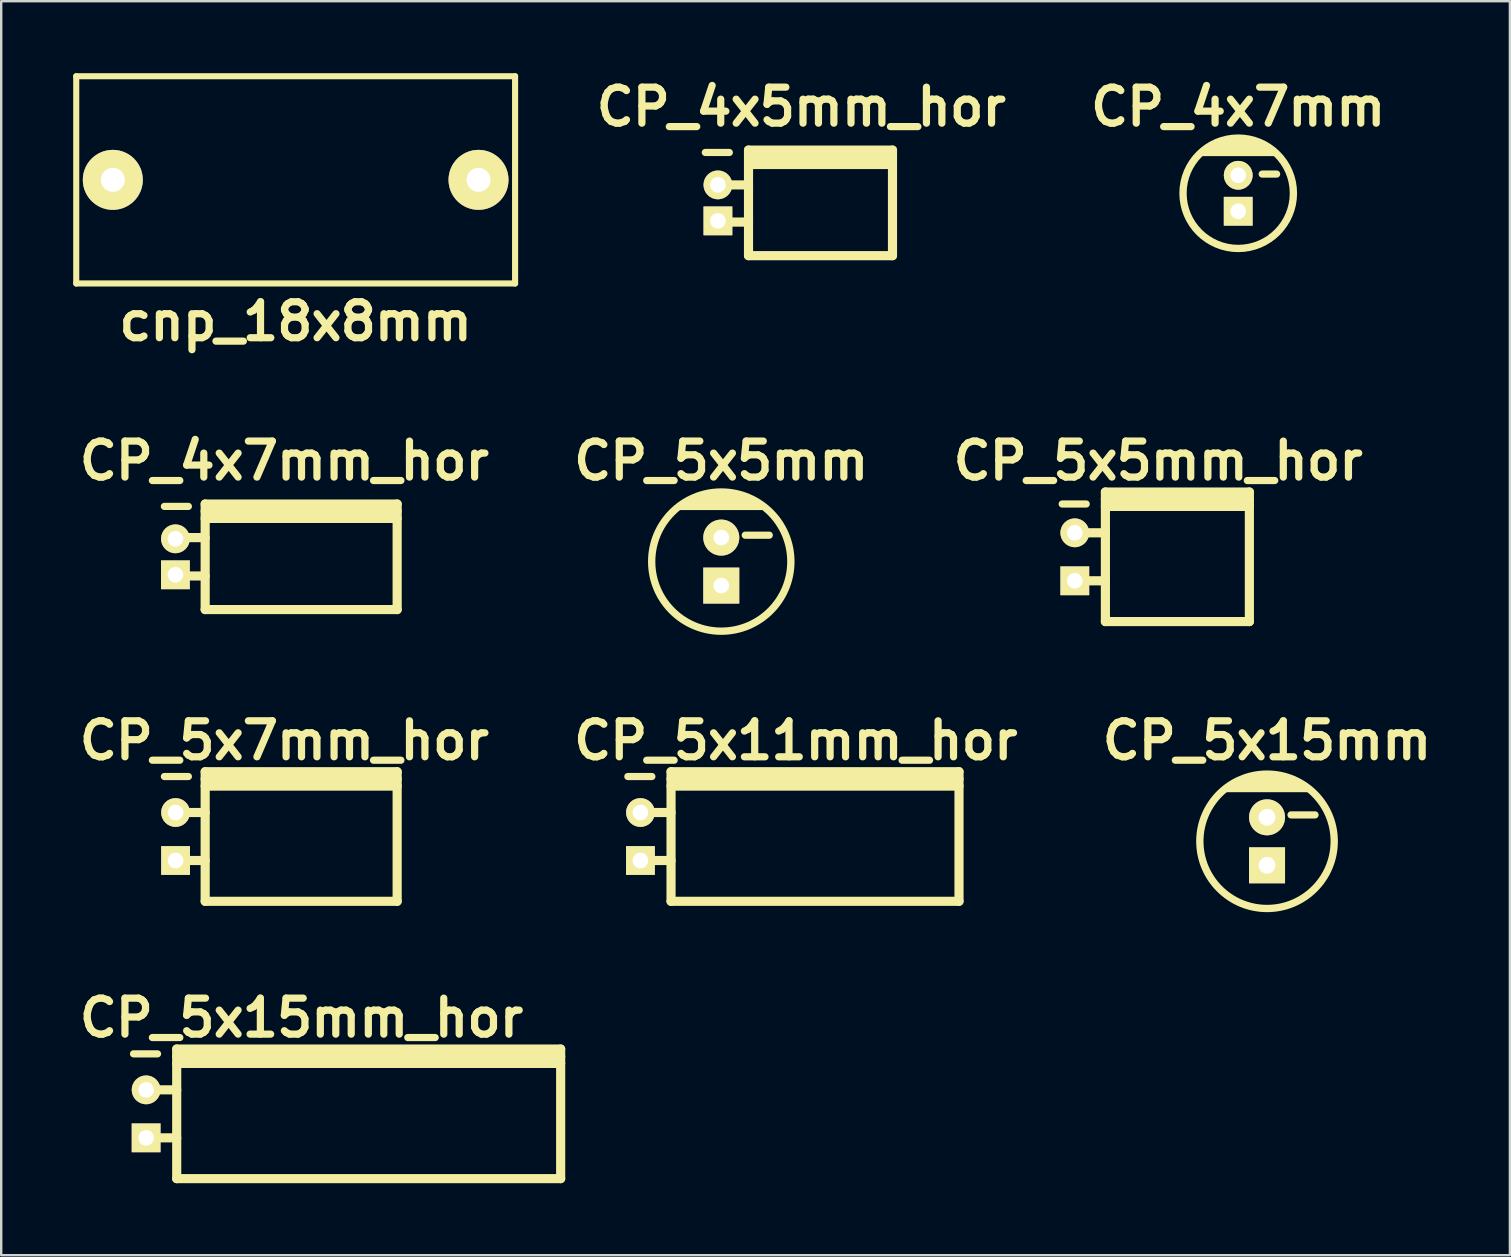
<source format=kicad_pcb>
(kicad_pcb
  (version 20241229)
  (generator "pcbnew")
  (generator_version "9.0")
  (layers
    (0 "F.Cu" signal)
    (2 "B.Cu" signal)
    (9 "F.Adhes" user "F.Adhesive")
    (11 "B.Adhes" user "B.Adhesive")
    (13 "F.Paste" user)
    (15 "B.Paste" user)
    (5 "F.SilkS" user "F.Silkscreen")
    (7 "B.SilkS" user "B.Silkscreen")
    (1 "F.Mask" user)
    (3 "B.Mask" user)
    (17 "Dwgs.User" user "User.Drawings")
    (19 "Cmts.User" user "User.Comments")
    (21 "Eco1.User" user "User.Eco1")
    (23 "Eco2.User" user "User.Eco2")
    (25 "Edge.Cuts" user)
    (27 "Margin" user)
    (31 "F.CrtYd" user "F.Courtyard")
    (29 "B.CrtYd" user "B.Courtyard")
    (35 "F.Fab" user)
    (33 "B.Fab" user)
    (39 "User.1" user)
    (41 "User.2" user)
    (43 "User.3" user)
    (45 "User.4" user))
  (footprint "CP_5x5mm"
    (layer "F.Cu")
    (at 27.007 20.353)
    (property "Reference" "CP_5x5mm" (at 0 -4.2 0) (layer "F.SilkS") (effects (font (size 1.5 1.5) (thickness 0.3))))
    (attr through_hole)
    (fp_line (start -1.7 -2.3) (end 1.7 -2.3) (stroke (width 0.305) (type solid)) (layer "F.SilkS"))
    (fp_line (start -1.3 -2.5) (end 1.3 -2.5) (stroke (width 0.305) (type solid)) (layer "F.SilkS"))
    (fp_line (start -0.8 -2.7) (end 0.8 -2.7) (stroke (width 0.305) (type solid)) (layer "F.SilkS"))
    (fp_line (start 1 -1.1) (end 2 -1.1) (stroke (width 0.3) (type solid)) (layer "F.SilkS"))
    (fp_circle (center 0 0) (end 2.9 0) (stroke (width 0.305) (type solid)) (fill no) (layer "F.SilkS"))
    (pad "1" thru_hole rect (at 0 1) (size 1.5 1.5) (drill 0.65) (layers "*.Cu" "*.Mask" "F.SilkS"))
    (pad "2" thru_hole circle (at 0 -1) (size 1.5 1.5) (drill 0.65) (layers "*.Cu" "*.Mask" "F.SilkS")))
  (footprint "CP_5x11mm_hor"
    (layer "F.Cu")
    (at 30.114 31.809)
    (property "Reference" "CP_5x11mm_hor" (at 0 -4 0) (layer "F.SilkS") (effects (font (size 1.5 1.5) (thickness 0.3))))
    (attr through_hole)
    (fp_line (start -7 -2.5) (end -6 -2.5) (stroke (width 0.3) (type solid)) (layer "F.SilkS"))
    (fp_line (start -6.5 -1) (end -5.2 -1) (stroke (width 0.381) (type solid)) (layer "F.SilkS"))
    (fp_line (start -6.5 1) (end -5.2 1) (stroke (width 0.381) (type solid)) (layer "F.SilkS"))
    (fp_line (start -5.2 -2.4) (end 6.8 -2.4) (stroke (width 0.381) (type solid)) (layer "F.SilkS"))
    (fp_line (start -5.2 -2.1) (end 6.8 -2.1) (stroke (width 0.381) (type solid)) (layer "F.SilkS"))
    (fp_line (start -5.2 2.7) (end -5.2 -2.7) (stroke (width 0.381) (type solid)) (layer "F.SilkS"))
    (fp_line (start 6.8 -2.7) (end -5.2 -2.7) (stroke (width 0.381) (type solid)) (layer "F.SilkS"))
    (fp_line (start 6.8 -2.7) (end 6.8 2.7) (stroke (width 0.381) (type solid)) (layer "F.SilkS"))
    (fp_line (start 6.8 2.7) (end -5.2 2.7) (stroke (width 0.381) (type solid)) (layer "F.SilkS"))
    (pad "1" thru_hole rect (at -6.475 1) (size 1.2 1.2) (drill 0.65) (layers "*.Cu" "*.Mask" "F.SilkS"))
    (pad "2" thru_hole circle (at -6.475 -1) (size 1.2 1.2) (drill 0.65) (layers "*.Cu" "*.Mask" "F.SilkS")))
  (footprint "CP_5x5mm_hor"
    (layer "F.Cu")
    (at 45.214 20.153)
    (property "Reference" "CP_5x5mm_hor" (at 0 -4 0) (layer "F.SilkS") (effects (font (size 1.5 1.5) (thickness 0.3))))
    (attr through_hole)
    (fp_line (start -4 -2.2) (end -3 -2.2) (stroke (width 0.3) (type solid)) (layer "F.SilkS"))
    (fp_line (start -3.475 -1) (end -2.2 -1) (stroke (width 0.381) (type solid)) (layer "F.SilkS"))
    (fp_line (start -3.475 1) (end -2.2 1) (stroke (width 0.381) (type solid)) (layer "F.SilkS"))
    (fp_line (start -2.2 -2.4) (end 3.8 -2.4) (stroke (width 0.381) (type solid)) (layer "F.SilkS"))
    (fp_line (start -2.2 -2.1) (end 3.8 -2.1) (stroke (width 0.381) (type solid)) (layer "F.SilkS"))
    (fp_line (start -2.2 2.7) (end -2.2 -2.7) (stroke (width 0.381) (type solid)) (layer "F.SilkS"))
    (fp_line (start 3.8 -2.7) (end -2.2 -2.7) (stroke (width 0.381) (type solid)) (layer "F.SilkS"))
    (fp_line (start 3.8 -2.7) (end 3.8 2.7) (stroke (width 0.381) (type solid)) (layer "F.SilkS"))
    (fp_line (start 3.8 2.7) (end -2.2 2.7) (stroke (width 0.381) (type solid)) (layer "F.SilkS"))
    (pad "1" thru_hole rect (at -3.475 1) (size 1.2 1.2) (drill 0.65) (layers "*.Cu" "*.Mask" "F.SilkS"))
    (pad "2" thru_hole circle (at -3.475 -1) (size 1.2 1.2) (drill 0.65) (layers "*.Cu" "*.Mask" "F.SilkS")))
  (footprint "CP_5x15mm_hor"
    (layer "F.Cu")
    (at 11.514 43.366)
    (property "Reference" "CP_5x15mm_hor" (at -2 -4 0) (layer "F.SilkS") (effects (font (size 1.5 1.5) (thickness 0.3))))
    (attr through_hole)
    (fp_line (start -9 -2.5) (end -8 -2.5) (stroke (width 0.3) (type solid)) (layer "F.SilkS"))
    (fp_line (start -8.5 -1) (end -7.2 -1) (stroke (width 0.381) (type solid)) (layer "F.SilkS"))
    (fp_line (start -8.5 1) (end -7.2 1) (stroke (width 0.381) (type solid)) (layer "F.SilkS"))
    (fp_line (start -7.2 -2.4) (end 8.8 -2.4) (stroke (width 0.381) (type solid)) (layer "F.SilkS"))
    (fp_line (start -7.2 -2.1) (end 8.8 -2.1) (stroke (width 0.381) (type solid)) (layer "F.SilkS"))
    (fp_line (start -7.2 2.7) (end -7.2 -2.7) (stroke (width 0.381) (type solid)) (layer "F.SilkS"))
    (fp_line (start 8.8 -2.7) (end -7.2 -2.7) (stroke (width 0.381) (type solid)) (layer "F.SilkS"))
    (fp_line (start 8.8 -2.7) (end 8.8 2.7) (stroke (width 0.381) (type solid)) (layer "F.SilkS"))
    (fp_line (start 8.8 2.7) (end -7.2 2.7) (stroke (width 0.381) (type solid)) (layer "F.SilkS"))
    (pad "1" thru_hole rect (at -8.475 1) (size 1.2 1.2) (drill 0.65) (layers "*.Cu" "*.Mask" "F.SilkS"))
    (pad "2" thru_hole circle (at -8.475 -1) (size 1.2 1.2) (drill 0.65) (layers "*.Cu" "*.Mask" "F.SilkS")))
  (footprint "CP_4x7mm"
    (layer "F.Cu")
    (at 48.549 5.004)
    (property "Reference" "CP_4x7mm" (at 0 -3.6 0) (layer "F.SilkS") (effects (font (size 1.5 1.5) (thickness 0.3))))
    (attr through_hole)
    (fp_line (start -1.5 -1.7) (end 1.5 -1.7) (stroke (width 0.305) (type solid)) (layer "F.SilkS"))
    (fp_line (start -1.2 -1.9) (end 1.2 -1.9) (stroke (width 0.305) (type solid)) (layer "F.SilkS"))
    (fp_line (start -0.7 -2.1) (end 0.7 -2.1) (stroke (width 0.305) (type solid)) (layer "F.SilkS"))
    (fp_line (start 1 -0.8) (end 1.6 -0.8) (stroke (width 0.3) (type solid)) (layer "F.SilkS"))
    (fp_circle (center 0 0) (end -2.3 0) (stroke (width 0.305) (type solid)) (fill no) (layer "F.SilkS"))
    (pad "1" thru_hole rect (at 0 0.75) (size 1.2 1.2) (drill 0.65) (layers "*.Cu" "*.Mask" "F.SilkS"))
    (pad "2" thru_hole circle (at 0 -0.75) (size 1.2 1.2) (drill 0.65) (layers "*.Cu" "*.Mask" "F.SilkS")))
  (footprint "CP_4x5mm_hor"
    (layer "F.Cu")
    (at 30.342 5.404)
    (property "Reference" "CP_4x5mm_hor" (at 0 -4 0) (layer "F.SilkS") (effects (font (size 1.5 1.5) (thickness 0.3))))
    (attr through_hole)
    (fp_line (start -4 -2.1) (end -3 -2.1) (stroke (width 0.3) (type solid)) (layer "F.SilkS"))
    (fp_line (start -3.5 -0.75) (end -2.2 -0.75) (stroke (width 0.381) (type solid)) (layer "F.SilkS"))
    (fp_line (start -3.5 0.8) (end -2.2 0.8) (stroke (width 0.381) (type solid)) (layer "F.SilkS"))
    (fp_line (start -2.2 -1.9) (end 3.8 -1.9) (stroke (width 0.381) (type solid)) (layer "F.SilkS"))
    (fp_line (start -2.2 -1.6) (end 3.8 -1.6) (stroke (width 0.381) (type solid)) (layer "F.SilkS"))
    (fp_line (start -2.2 2.2) (end -2.2 -2.2) (stroke (width 0.381) (type solid)) (layer "F.SilkS"))
    (fp_line (start 3.8 -2.2) (end -2.2 -2.2) (stroke (width 0.381) (type solid)) (layer "F.SilkS"))
    (fp_line (start 3.8 -2.2) (end 3.8 2.2) (stroke (width 0.381) (type solid)) (layer "F.SilkS"))
    (fp_line (start 3.8 2.2) (end -2.2 2.2) (stroke (width 0.381) (type solid)) (layer "F.SilkS"))
    (pad "1" thru_hole rect (at -3.475 0.75) (size 1.2 1.2) (drill 0.65) (layers "*.Cu" "*.Mask" "F.SilkS"))
    (pad "2" thru_hole circle (at -3.475 -0.75) (size 1.2 1.2) (drill 0.65) (layers "*.Cu" "*.Mask" "F.SilkS")))
  (footprint "CP_5x7mm_hor"
    (layer "F.Cu")
    (at 8.8 31.809)
    (property "Reference" "CP_5x7mm_hor" (at 0 -4 0) (layer "F.SilkS") (effects (font (size 1.5 1.5) (thickness 0.3))))
    (attr through_hole)
    (fp_line (start -5 -2.5) (end -4 -2.5) (stroke (width 0.3) (type solid)) (layer "F.SilkS"))
    (fp_line (start -4.5 -1) (end -3.3 -1) (stroke (width 0.381) (type solid)) (layer "F.SilkS"))
    (fp_line (start -4.5 1) (end -3.3 1) (stroke (width 0.381) (type solid)) (layer "F.SilkS"))
    (fp_line (start -3.3 -2.4) (end 4.7 -2.4) (stroke (width 0.381) (type solid)) (layer "F.SilkS"))
    (fp_line (start -3.3 -2.1) (end 4.7 -2.1) (stroke (width 0.381) (type solid)) (layer "F.SilkS"))
    (fp_line (start -3.3 2.7) (end -3.3 -2.7) (stroke (width 0.381) (type solid)) (layer "F.SilkS"))
    (fp_line (start 4.7 -2.7) (end -3.3 -2.7) (stroke (width 0.381) (type solid)) (layer "F.SilkS"))
    (fp_line (start 4.7 -2.7) (end 4.7 2.7) (stroke (width 0.381) (type solid)) (layer "F.SilkS"))
    (fp_line (start 4.7 2.7) (end -3.3 2.7) (stroke (width 0.381) (type solid)) (layer "F.SilkS"))
    (pad "1" thru_hole rect (at -4.534 1) (size 1.2 1.2) (drill 0.65) (layers "*.Cu" "*.Mask" "F.SilkS"))
    (pad "2" thru_hole circle (at -4.534 -1) (size 1.2 1.2) (drill 0.65) (layers "*.Cu" "*.Mask" "F.SilkS")))
  (footprint "CP_4x7mm_hor"
    (layer "F.Cu")
    (at 8.8 20.153)
    (property "Reference" "CP_4x7mm_hor" (at 0 -4 0) (layer "F.SilkS") (effects (font (size 1.5 1.5) (thickness 0.3))))
    (attr through_hole)
    (fp_line (start -5 -2.1) (end -4 -2.1) (stroke (width 0.3) (type solid)) (layer "F.SilkS"))
    (fp_line (start -4.5 -0.8) (end -3.3 -0.8) (stroke (width 0.381) (type solid)) (layer "F.SilkS"))
    (fp_line (start -4.5 0.8) (end -3.3 0.8) (stroke (width 0.381) (type solid)) (layer "F.SilkS"))
    (fp_line (start -3.3 -1.9) (end 4.7 -1.9) (stroke (width 0.381) (type solid)) (layer "F.SilkS"))
    (fp_line (start -3.3 -1.6) (end 4.7 -1.6) (stroke (width 0.381) (type solid)) (layer "F.SilkS"))
    (fp_line (start -3.3 2.2) (end -3.3 -2.2) (stroke (width 0.381) (type solid)) (layer "F.SilkS"))
    (fp_line (start 4.7 -2.2) (end -3.3 -2.2) (stroke (width 0.381) (type solid)) (layer "F.SilkS"))
    (fp_line (start 4.7 -2.2) (end 4.7 2.2) (stroke (width 0.381) (type solid)) (layer "F.SilkS"))
    (fp_line (start 4.7 2.2) (end -3.3 2.2) (stroke (width 0.381) (type solid)) (layer "F.SilkS"))
    (pad "1" thru_hole rect (at -4.54 0.75) (size 1.2 1.2) (drill 0.65) (layers "*.Cu" "*.Mask" "F.SilkS"))
    (pad "2" thru_hole circle (at -4.54 -0.75) (size 1.2 1.2) (drill 0.65) (layers "*.Cu" "*.Mask" "F.SilkS")))
  (footprint "cnp_18x8mm"
    (layer "F.Cu")
    (at 9.271 4.445)
    (property "Reference" "cnp_18x8mm" (at 0 5.9 0) (layer "F.SilkS") (effects (font (size 1.5 1.5) (thickness 0.3))))
    (attr through_hole)
    (fp_line (start -9.144 -4.318) (end 9.144 -4.318) (stroke (width 0.254) (type solid)) (layer "F.SilkS"))
    (fp_line (start -9.144 4.318) (end -9.144 -4.318) (stroke (width 0.254) (type solid)) (layer "F.SilkS"))
    (fp_line (start 9.144 -4.318) (end 9.144 4.318) (stroke (width 0.254) (type solid)) (layer "F.SilkS"))
    (fp_line (start 9.144 4.318) (end -9.144 4.318) (stroke (width 0.254) (type solid)) (layer "F.SilkS"))
    (pad "1" thru_hole circle (at 7.62 0) (size 2.499 2.499) (drill 1.001) (layers "*.Cu" "*.Mask" "F.SilkS"))
    (pad "2" thru_hole circle (at -7.62 0) (size 2.499 2.499) (drill 1.001) (layers "*.Cu" "*.Mask" "F.SilkS")))
  (footprint "CP_5x15mm"
    (layer "F.Cu")
    (at 49.75 32.009)
    (property "Reference" "CP_5x15mm" (at 0 -4.2 0) (layer "F.SilkS") (effects (font (size 1.5 1.5) (thickness 0.3))))
    (attr through_hole)
    (fp_line (start -1.7 -2.2) (end 1.7 -2.2) (stroke (width 0.305) (type solid)) (layer "F.SilkS"))
    (fp_line (start -1.3 -2.4) (end 1.3 -2.4) (stroke (width 0.305) (type solid)) (layer "F.SilkS"))
    (fp_line (start -0.8 -2.6) (end 0.8 -2.6) (stroke (width 0.305) (type solid)) (layer "F.SilkS"))
    (fp_line (start 1 -1.1) (end 2 -1.1) (stroke (width 0.3) (type solid)) (layer "F.SilkS"))
    (fp_circle (center 0 0) (end 2.8 0) (stroke (width 0.305) (type solid)) (fill no) (layer "F.SilkS"))
    (pad "1" thru_hole rect (at 0 1) (size 1.5 1.5) (drill 0.7) (layers "*.Cu" "*.Mask" "F.SilkS"))
    (pad "2" thru_hole circle (at 0 -1) (size 1.5 1.5) (drill 0.7) (layers "*.Cu" "*.Mask" "F.SilkS")))
  (gr_rect
    (start -3 -3)
    (end 59.871 49.256)
    (stroke (width 0.1) (type default))
    (fill no)
    (layer "Edge.Cuts")))
</source>
